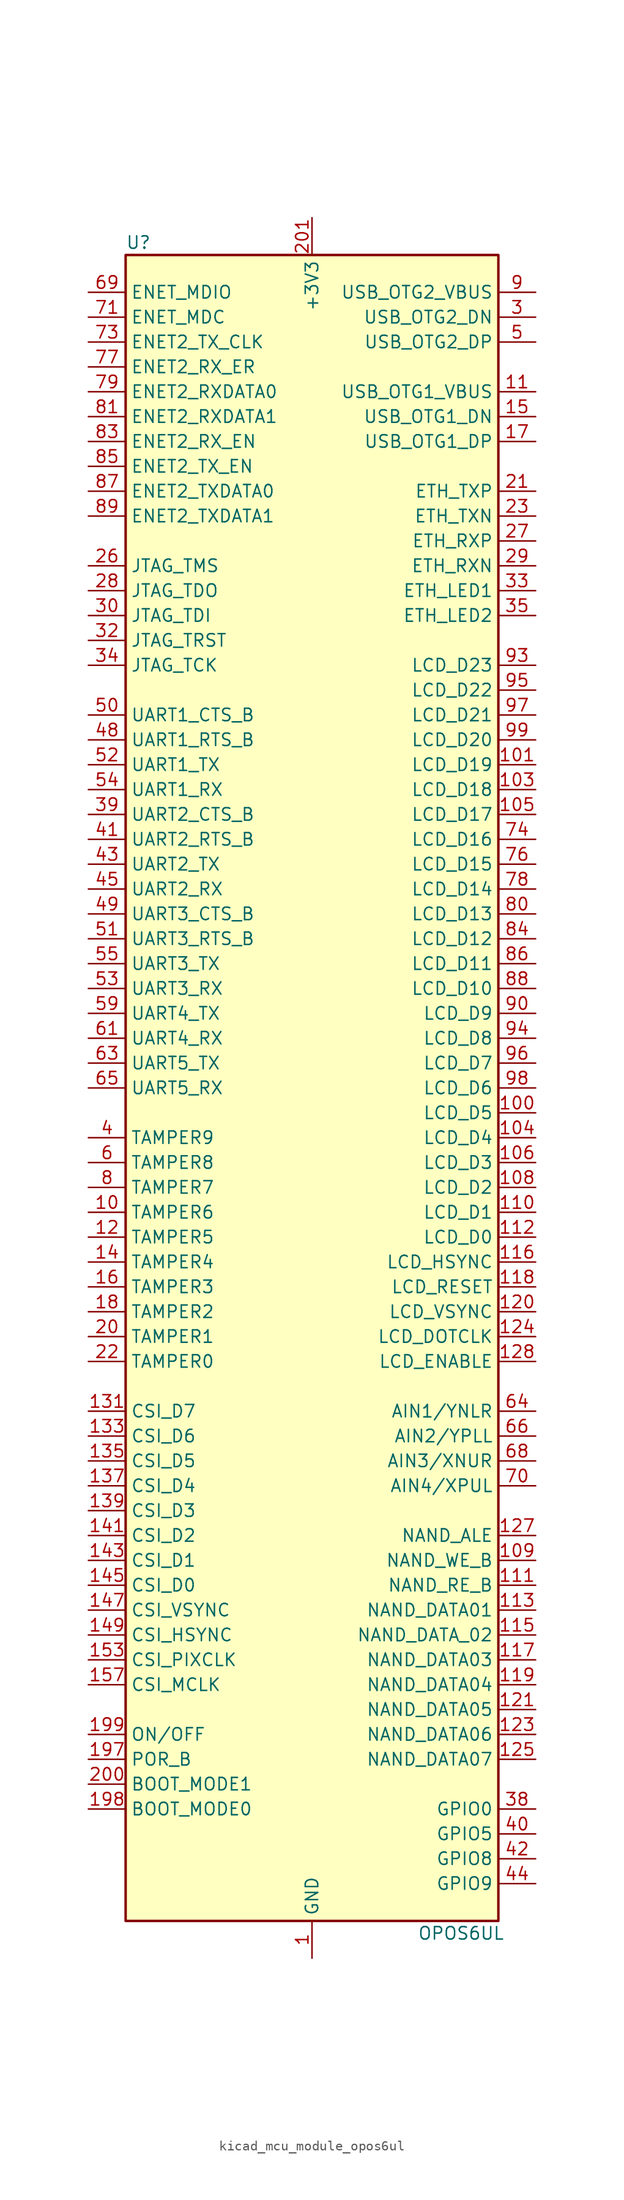
<source format=kicad_sym>
(kicad_symbol_lib
  (version 20220914)
  (generator kicad_symbol_editor)
  (symbol "kicad_mcu_module_opos6ul"
    (property "Reference" "U"
      (at -19.05 86.36 0)
      (effects (font (size 1.27 1.27)) (justify left)))
    (property "Value" "OPOS6UL"
      (at 15.24 -86.36 0)
      (effects (font (size 1.27 1.27))))
    (symbol "kicad_mcu_module_opos6ul_1_1"
      (rectangle (start -19.05 85.09) (end 19.05 -85.09) (stroke (width 0.254) (type default)) (fill (type background)))
      (pin power_in line (at 0 -88.9 90) (length 3.81) (name "GND" (effects (font (size 1.27 1.27)))) (number "1" (effects (font (size 1.27 1.27)))))
      (pin bidirectional line (at -22.86 -12.7 0) (length 3.81) (name "TAMPER6" (effects (font (size 1.27 1.27)))) (number "10" (effects (font (size 1.27 1.27)))))
      (pin bidirectional line (at 22.86 -2.54 180) (length 3.81) (name "LCD_D5" (effects (font (size 1.27 1.27)))) (number "100" (effects (font (size 1.27 1.27)))))
      (pin bidirectional line (at 22.86 33.02 180) (length 3.81) (name "LCD_D19" (effects (font (size 1.27 1.27)))) (number "101" (effects (font (size 1.27 1.27)))))
      (pin passive line (at 0 -88.9 90) (length 3.81) hide (name "GND" (effects (font (size 1.27 1.27)))) (number "102" (effects (font (size 1.27 1.27)))))
      (pin bidirectional line (at 22.86 30.48 180) (length 3.81) (name "LCD_D18" (effects (font (size 1.27 1.27)))) (number "103" (effects (font (size 1.27 1.27)))))
      (pin bidirectional line (at 22.86 -5.08 180) (length 3.81) (name "LCD_D4" (effects (font (size 1.27 1.27)))) (number "104" (effects (font (size 1.27 1.27)))))
      (pin bidirectional line (at 22.86 27.94 180) (length 3.81) (name "LCD_D17" (effects (font (size 1.27 1.27)))) (number "105" (effects (font (size 1.27 1.27)))))
      (pin bidirectional line (at 22.86 -7.62 180) (length 3.81) (name "LCD_D3" (effects (font (size 1.27 1.27)))) (number "106" (effects (font (size 1.27 1.27)))))
      (pin passive line (at 0 -88.9 90) (length 3.81) hide (name "GND" (effects (font (size 1.27 1.27)))) (number "107" (effects (font (size 1.27 1.27)))))
      (pin bidirectional line (at 22.86 -10.16 180) (length 3.81) (name "LCD_D2" (effects (font (size 1.27 1.27)))) (number "108" (effects (font (size 1.27 1.27)))))
      (pin bidirectional line (at 22.86 -48.26 180) (length 3.81) (name "NAND_WE_B" (effects (font (size 1.27 1.27)))) (number "109" (effects (font (size 1.27 1.27)))))
      (pin power_in line (at 22.86 71.12 180) (length 3.81) (name "USB_OTG1_VBUS" (effects (font (size 1.27 1.27)))) (number "11" (effects (font (size 1.27 1.27)))))
      (pin bidirectional line (at 22.86 -12.7 180) (length 3.81) (name "LCD_D1" (effects (font (size 1.27 1.27)))) (number "110" (effects (font (size 1.27 1.27)))))
      (pin bidirectional line (at 22.86 -50.8 180) (length 3.81) (name "NAND_RE_B" (effects (font (size 1.27 1.27)))) (number "111" (effects (font (size 1.27 1.27)))))
      (pin bidirectional line (at 22.86 -15.24 180) (length 3.81) (name "LCD_D0" (effects (font (size 1.27 1.27)))) (number "112" (effects (font (size 1.27 1.27)))))
      (pin bidirectional line (at 22.86 -53.34 180) (length 3.81) (name "NAND_DATA01" (effects (font (size 1.27 1.27)))) (number "113" (effects (font (size 1.27 1.27)))))
      (pin passive line (at 0 -88.9 90) (length 3.81) hide (name "GND" (effects (font (size 1.27 1.27)))) (number "114" (effects (font (size 1.27 1.27)))))
      (pin bidirectional line (at 22.86 -55.88 180) (length 3.81) (name "NAND_DATA_02" (effects (font (size 1.27 1.27)))) (number "115" (effects (font (size 1.27 1.27)))))
      (pin bidirectional line (at 22.86 -17.78 180) (length 3.81) (name "LCD_HSYNC" (effects (font (size 1.27 1.27)))) (number "116" (effects (font (size 1.27 1.27)))))
      (pin bidirectional line (at 22.86 -58.42 180) (length 3.81) (name "NAND_DATA03" (effects (font (size 1.27 1.27)))) (number "117" (effects (font (size 1.27 1.27)))))
      (pin bidirectional line (at 22.86 -20.32 180) (length 3.81) (name "LCD_RESET" (effects (font (size 1.27 1.27)))) (number "118" (effects (font (size 1.27 1.27)))))
      (pin bidirectional line (at 22.86 -60.96 180) (length 3.81) (name "NAND_DATA04" (effects (font (size 1.27 1.27)))) (number "119" (effects (font (size 1.27 1.27)))))
      (pin bidirectional line (at -22.86 -15.24 0) (length 3.81) (name "TAMPER5" (effects (font (size 1.27 1.27)))) (number "12" (effects (font (size 1.27 1.27)))))
      (pin bidirectional line (at 22.86 -22.86 180) (length 3.81) (name "LCD_VSYNC" (effects (font (size 1.27 1.27)))) (number "120" (effects (font (size 1.27 1.27)))))
      (pin bidirectional line (at 22.86 -63.5 180) (length 3.81) (name "NAND_DATA05" (effects (font (size 1.27 1.27)))) (number "121" (effects (font (size 1.27 1.27)))))
      (pin passive line (at 0 -88.9 90) (length 3.81) hide (name "GND" (effects (font (size 1.27 1.27)))) (number "122" (effects (font (size 1.27 1.27)))))
      (pin bidirectional line (at 22.86 -66.04 180) (length 3.81) (name "NAND_DATA06" (effects (font (size 1.27 1.27)))) (number "123" (effects (font (size 1.27 1.27)))))
      (pin bidirectional line (at 22.86 -25.4 180) (length 3.81) (name "LCD_DOTCLK" (effects (font (size 1.27 1.27)))) (number "124" (effects (font (size 1.27 1.27)))))
      (pin bidirectional line (at 22.86 -68.58 180) (length 3.81) (name "NAND_DATA07" (effects (font (size 1.27 1.27)))) (number "125" (effects (font (size 1.27 1.27)))))
      (pin passive line (at 0 -88.9 90) (length 3.81) hide (name "GND" (effects (font (size 1.27 1.27)))) (number "126" (effects (font (size 1.27 1.27)))))
      (pin bidirectional line (at 22.86 -45.72 180) (length 3.81) (name "NAND_ALE" (effects (font (size 1.27 1.27)))) (number "127" (effects (font (size 1.27 1.27)))))
      (pin bidirectional line (at 22.86 -27.94 180) (length 3.81) (name "LCD_ENABLE" (effects (font (size 1.27 1.27)))) (number "128" (effects (font (size 1.27 1.27)))))
      (pin passive line (at 0 -88.9 90) (length 3.81) hide (name "GND" (effects (font (size 1.27 1.27)))) (number "129" (effects (font (size 1.27 1.27)))))
      (pin passive line (at 0 -88.9 90) (length 3.81) hide (name "GND" (effects (font (size 1.27 1.27)))) (number "13" (effects (font (size 1.27 1.27)))))
      (pin no_connect line (at 0 17.78 0) (length 3.81) hide (name "NC" (effects (font (size 1.27 1.27)))) (number "130" (effects (font (size 1.27 1.27)))))
      (pin bidirectional line (at -22.86 -33.02 0) (length 3.81) (name "CSI_D7" (effects (font (size 1.27 1.27)))) (number "131" (effects (font (size 1.27 1.27)))))
      (pin no_connect line (at 0 15.24 0) (length 3.81) hide (name "NC" (effects (font (size 1.27 1.27)))) (number "132" (effects (font (size 1.27 1.27)))))
      (pin bidirectional line (at -22.86 -35.56 0) (length 3.81) (name "CSI_D6" (effects (font (size 1.27 1.27)))) (number "133" (effects (font (size 1.27 1.27)))))
      (pin no_connect line (at 0 12.7 0) (length 3.81) hide (name "NC" (effects (font (size 1.27 1.27)))) (number "134" (effects (font (size 1.27 1.27)))))
      (pin bidirectional line (at -22.86 -38.1 0) (length 3.81) (name "CSI_D5" (effects (font (size 1.27 1.27)))) (number "135" (effects (font (size 1.27 1.27)))))
      (pin no_connect line (at 0 10.16 0) (length 3.81) hide (name "NC" (effects (font (size 1.27 1.27)))) (number "136" (effects (font (size 1.27 1.27)))))
      (pin bidirectional line (at -22.86 -40.64 0) (length 3.81) (name "CSI_D4" (effects (font (size 1.27 1.27)))) (number "137" (effects (font (size 1.27 1.27)))))
      (pin no_connect line (at 0 7.62 0) (length 3.81) hide (name "NC" (effects (font (size 1.27 1.27)))) (number "138" (effects (font (size 1.27 1.27)))))
      (pin bidirectional line (at -22.86 -43.18 0) (length 3.81) (name "CSI_D3" (effects (font (size 1.27 1.27)))) (number "139" (effects (font (size 1.27 1.27)))))
      (pin bidirectional line (at -22.86 -17.78 0) (length 3.81) (name "TAMPER4" (effects (font (size 1.27 1.27)))) (number "14" (effects (font (size 1.27 1.27)))))
      (pin no_connect line (at 0 5.08 0) (length 3.81) hide (name "NC" (effects (font (size 1.27 1.27)))) (number "140" (effects (font (size 1.27 1.27)))))
      (pin bidirectional line (at -22.86 -45.72 0) (length 3.81) (name "CSI_D2" (effects (font (size 1.27 1.27)))) (number "141" (effects (font (size 1.27 1.27)))))
      (pin no_connect line (at 0 2.54 0) (length 3.81) hide (name "NC" (effects (font (size 1.27 1.27)))) (number "142" (effects (font (size 1.27 1.27)))))
      (pin bidirectional line (at -22.86 -48.26 0) (length 3.81) (name "CSI_D1" (effects (font (size 1.27 1.27)))) (number "143" (effects (font (size 1.27 1.27)))))
      (pin no_connect line (at 0 0 0) (length 3.81) hide (name "NC" (effects (font (size 1.27 1.27)))) (number "144" (effects (font (size 1.27 1.27)))))
      (pin bidirectional line (at -22.86 -50.8 0) (length 3.81) (name "CSI_D0" (effects (font (size 1.27 1.27)))) (number "145" (effects (font (size 1.27 1.27)))))
      (pin no_connect line (at 0 -2.54 0) (length 3.81) hide (name "NC" (effects (font (size 1.27 1.27)))) (number "146" (effects (font (size 1.27 1.27)))))
      (pin bidirectional line (at -22.86 -53.34 0) (length 3.81) (name "CSI_VSYNC" (effects (font (size 1.27 1.27)))) (number "147" (effects (font (size 1.27 1.27)))))
      (pin no_connect line (at 0 -5.08 0) (length 3.81) hide (name "NC" (effects (font (size 1.27 1.27)))) (number "148" (effects (font (size 1.27 1.27)))))
      (pin bidirectional line (at -22.86 -55.88 0) (length 3.81) (name "CSI_HSYNC" (effects (font (size 1.27 1.27)))) (number "149" (effects (font (size 1.27 1.27)))))
      (pin bidirectional line (at 22.86 68.58 180) (length 3.81) (name "USB_OTG1_DN" (effects (font (size 1.27 1.27)))) (number "15" (effects (font (size 1.27 1.27)))))
      (pin no_connect line (at 0 -7.62 0) (length 3.81) hide (name "NC" (effects (font (size 1.27 1.27)))) (number "150" (effects (font (size 1.27 1.27)))))
      (pin passive line (at 0 -88.9 90) (length 3.81) hide (name "GND" (effects (font (size 1.27 1.27)))) (number "151" (effects (font (size 1.27 1.27)))))
      (pin no_connect line (at 0 -10.16 0) (length 3.81) hide (name "NC" (effects (font (size 1.27 1.27)))) (number "152" (effects (font (size 1.27 1.27)))))
      (pin bidirectional line (at -22.86 -58.42 0) (length 3.81) (name "CSI_PIXCLK" (effects (font (size 1.27 1.27)))) (number "153" (effects (font (size 1.27 1.27)))))
      (pin no_connect line (at 0 -12.7 0) (length 3.81) hide (name "NC" (effects (font (size 1.27 1.27)))) (number "154" (effects (font (size 1.27 1.27)))))
      (pin passive line (at 0 -88.9 90) (length 3.81) hide (name "GND" (effects (font (size 1.27 1.27)))) (number "155" (effects (font (size 1.27 1.27)))))
      (pin no_connect line (at 0 -15.24 0) (length 3.81) hide (name "NC" (effects (font (size 1.27 1.27)))) (number "156" (effects (font (size 1.27 1.27)))))
      (pin bidirectional line (at -22.86 -60.96 0) (length 3.81) (name "CSI_MCLK" (effects (font (size 1.27 1.27)))) (number "157" (effects (font (size 1.27 1.27)))))
      (pin no_connect line (at 0 -17.78 0) (length 3.81) hide (name "NC" (effects (font (size 1.27 1.27)))) (number "158" (effects (font (size 1.27 1.27)))))
      (pin passive line (at 0 -88.9 90) (length 3.81) hide (name "GND" (effects (font (size 1.27 1.27)))) (number "159" (effects (font (size 1.27 1.27)))))
      (pin bidirectional line (at -22.86 -20.32 0) (length 3.81) (name "TAMPER3" (effects (font (size 1.27 1.27)))) (number "16" (effects (font (size 1.27 1.27)))))
      (pin no_connect line (at 0 -20.32 0) (length 3.81) hide (name "NC" (effects (font (size 1.27 1.27)))) (number "160" (effects (font (size 1.27 1.27)))))
      (pin no_connect line (at 0 68.58 0) (length 3.81) hide (name "NC" (effects (font (size 1.27 1.27)))) (number "161" (effects (font (size 1.27 1.27)))))
      (pin no_connect line (at 0 -22.86 0) (length 3.81) hide (name "NC" (effects (font (size 1.27 1.27)))) (number "162" (effects (font (size 1.27 1.27)))))
      (pin no_connect line (at 0 66.04 0) (length 3.81) hide (name "NC" (effects (font (size 1.27 1.27)))) (number "163" (effects (font (size 1.27 1.27)))))
      (pin no_connect line (at 0 -25.4 0) (length 3.81) hide (name "NC" (effects (font (size 1.27 1.27)))) (number "164" (effects (font (size 1.27 1.27)))))
      (pin no_connect line (at 0 63.5 0) (length 3.81) hide (name "NC" (effects (font (size 1.27 1.27)))) (number "165" (effects (font (size 1.27 1.27)))))
      (pin no_connect line (at 0 -27.94 0) (length 3.81) hide (name "NC" (effects (font (size 1.27 1.27)))) (number "166" (effects (font (size 1.27 1.27)))))
      (pin no_connect line (at 0 60.96 0) (length 3.81) hide (name "NC" (effects (font (size 1.27 1.27)))) (number "167" (effects (font (size 1.27 1.27)))))
      (pin no_connect line (at 0 -30.48 0) (length 3.81) hide (name "NC" (effects (font (size 1.27 1.27)))) (number "168" (effects (font (size 1.27 1.27)))))
      (pin no_connect line (at 0 58.42 0) (length 3.81) hide (name "NC" (effects (font (size 1.27 1.27)))) (number "169" (effects (font (size 1.27 1.27)))))
      (pin bidirectional line (at 22.86 66.04 180) (length 3.81) (name "USB_OTG1_DP" (effects (font (size 1.27 1.27)))) (number "17" (effects (font (size 1.27 1.27)))))
      (pin no_connect line (at 0 -33.02 0) (length 3.81) hide (name "NC" (effects (font (size 1.27 1.27)))) (number "170" (effects (font (size 1.27 1.27)))))
      (pin no_connect line (at 0 55.88 0) (length 3.81) hide (name "NC" (effects (font (size 1.27 1.27)))) (number "171" (effects (font (size 1.27 1.27)))))
      (pin no_connect line (at 0 -35.56 0) (length 3.81) hide (name "NC" (effects (font (size 1.27 1.27)))) (number "172" (effects (font (size 1.27 1.27)))))
      (pin no_connect line (at 0 53.34 0) (length 3.81) hide (name "NC" (effects (font (size 1.27 1.27)))) (number "173" (effects (font (size 1.27 1.27)))))
      (pin no_connect line (at 0 -38.1 0) (length 3.81) hide (name "NC" (effects (font (size 1.27 1.27)))) (number "174" (effects (font (size 1.27 1.27)))))
      (pin no_connect line (at 0 50.8 0) (length 3.81) hide (name "NC" (effects (font (size 1.27 1.27)))) (number "175" (effects (font (size 1.27 1.27)))))
      (pin no_connect line (at 0 -40.64 0) (length 3.81) hide (name "NC" (effects (font (size 1.27 1.27)))) (number "176" (effects (font (size 1.27 1.27)))))
      (pin no_connect line (at 0 48.26 0) (length 3.81) hide (name "NC" (effects (font (size 1.27 1.27)))) (number "177" (effects (font (size 1.27 1.27)))))
      (pin no_connect line (at 0 -43.18 0) (length 3.81) hide (name "NC" (effects (font (size 1.27 1.27)))) (number "178" (effects (font (size 1.27 1.27)))))
      (pin no_connect line (at 0 45.72 0) (length 3.81) hide (name "NC" (effects (font (size 1.27 1.27)))) (number "179" (effects (font (size 1.27 1.27)))))
      (pin bidirectional line (at -22.86 -22.86 0) (length 3.81) (name "TAMPER2" (effects (font (size 1.27 1.27)))) (number "18" (effects (font (size 1.27 1.27)))))
      (pin no_connect line (at 0 -45.72 0) (length 3.81) hide (name "NC" (effects (font (size 1.27 1.27)))) (number "180" (effects (font (size 1.27 1.27)))))
      (pin no_connect line (at 0 43.18 0) (length 3.81) hide (name "NC" (effects (font (size 1.27 1.27)))) (number "181" (effects (font (size 1.27 1.27)))))
      (pin no_connect line (at 0 -48.26 0) (length 3.81) hide (name "NC" (effects (font (size 1.27 1.27)))) (number "182" (effects (font (size 1.27 1.27)))))
      (pin no_connect line (at 0 40.64 0) (length 3.81) hide (name "NC" (effects (font (size 1.27 1.27)))) (number "183" (effects (font (size 1.27 1.27)))))
      (pin no_connect line (at 0 -50.8 0) (length 3.81) hide (name "NC" (effects (font (size 1.27 1.27)))) (number "184" (effects (font (size 1.27 1.27)))))
      (pin no_connect line (at 0 38.1 0) (length 3.81) hide (name "NC" (effects (font (size 1.27 1.27)))) (number "185" (effects (font (size 1.27 1.27)))))
      (pin no_connect line (at 0 -53.34 0) (length 3.81) hide (name "NC" (effects (font (size 1.27 1.27)))) (number "186" (effects (font (size 1.27 1.27)))))
      (pin no_connect line (at 0 35.56 0) (length 3.81) hide (name "NC" (effects (font (size 1.27 1.27)))) (number "187" (effects (font (size 1.27 1.27)))))
      (pin no_connect line (at 0 -55.88 0) (length 3.81) hide (name "NC" (effects (font (size 1.27 1.27)))) (number "188" (effects (font (size 1.27 1.27)))))
      (pin no_connect line (at 0 33.02 0) (length 3.81) hide (name "NC" (effects (font (size 1.27 1.27)))) (number "189" (effects (font (size 1.27 1.27)))))
      (pin passive line (at 0 -88.9 90) (length 3.81) hide (name "GND" (effects (font (size 1.27 1.27)))) (number "19" (effects (font (size 1.27 1.27)))))
      (pin no_connect line (at 0 -58.42 0) (length 3.81) hide (name "NC" (effects (font (size 1.27 1.27)))) (number "190" (effects (font (size 1.27 1.27)))))
      (pin no_connect line (at 0 30.48 0) (length 3.81) hide (name "NC" (effects (font (size 1.27 1.27)))) (number "191" (effects (font (size 1.27 1.27)))))
      (pin no_connect line (at 0 -60.96 0) (length 3.81) hide (name "NC" (effects (font (size 1.27 1.27)))) (number "192" (effects (font (size 1.27 1.27)))))
      (pin no_connect line (at 0 27.94 0) (length 3.81) hide (name "NC" (effects (font (size 1.27 1.27)))) (number "193" (effects (font (size 1.27 1.27)))))
      (pin no_connect line (at 0 -63.5 0) (length 3.81) hide (name "NC" (effects (font (size 1.27 1.27)))) (number "194" (effects (font (size 1.27 1.27)))))
      (pin no_connect line (at 0 25.4 0) (length 3.81) hide (name "NC" (effects (font (size 1.27 1.27)))) (number "195" (effects (font (size 1.27 1.27)))))
      (pin no_connect line (at 0 -66.04 0) (length 3.81) hide (name "NC" (effects (font (size 1.27 1.27)))) (number "196" (effects (font (size 1.27 1.27)))))
      (pin input line (at -22.86 -68.58 0) (length 3.81) (name "POR_B" (effects (font (size 1.27 1.27)))) (number "197" (effects (font (size 1.27 1.27)))))
      (pin input line (at -22.86 -73.66 0) (length 3.81) (name "BOOT_MODE0" (effects (font (size 1.27 1.27)))) (number "198" (effects (font (size 1.27 1.27)))))
      (pin input line (at -22.86 -66.04 0) (length 3.81) (name "ON/OFF" (effects (font (size 1.27 1.27)))) (number "199" (effects (font (size 1.27 1.27)))))
      (pin passive line (at 0 -88.9 90) (length 3.81) hide (name "GND" (effects (font (size 1.27 1.27)))) (number "2" (effects (font (size 1.27 1.27)))))
      (pin bidirectional line (at -22.86 -25.4 0) (length 3.81) (name "TAMPER1" (effects (font (size 1.27 1.27)))) (number "20" (effects (font (size 1.27 1.27)))))
      (pin input line (at -22.86 -71.12 0) (length 3.81) (name "BOOT_MODE1" (effects (font (size 1.27 1.27)))) (number "200" (effects (font (size 1.27 1.27)))))
      (pin power_in line (at 0 88.9 270) (length 3.81) (name "+3V3" (effects (font (size 1.27 1.27)))) (number "201" (effects (font (size 1.27 1.27)))))
      (pin passive line (at 0 88.9 270) (length 3.81) hide (name "+3V3" (effects (font (size 1.27 1.27)))) (number "202" (effects (font (size 1.27 1.27)))))
      (pin passive line (at 0 88.9 270) (length 3.81) hide (name "+3V3" (effects (font (size 1.27 1.27)))) (number "203" (effects (font (size 1.27 1.27)))))
      (pin passive line (at 0 88.9 270) (length 3.81) hide (name "+3V3" (effects (font (size 1.27 1.27)))) (number "204" (effects (font (size 1.27 1.27)))))
      (pin bidirectional line (at 22.86 60.96 180) (length 3.81) (name "ETH_TXP" (effects (font (size 1.27 1.27)))) (number "21" (effects (font (size 1.27 1.27)))))
      (pin bidirectional line (at -22.86 -27.94 0) (length 3.81) (name "TAMPER0" (effects (font (size 1.27 1.27)))) (number "22" (effects (font (size 1.27 1.27)))))
      (pin bidirectional line (at 22.86 58.42 180) (length 3.81) (name "ETH_TXN" (effects (font (size 1.27 1.27)))) (number "23" (effects (font (size 1.27 1.27)))))
      (pin passive line (at 0 -88.9 90) (length 3.81) hide (name "GND" (effects (font (size 1.27 1.27)))) (number "24" (effects (font (size 1.27 1.27)))))
      (pin passive line (at 0 -88.9 90) (length 3.81) hide (name "GND" (effects (font (size 1.27 1.27)))) (number "25" (effects (font (size 1.27 1.27)))))
      (pin bidirectional line (at -22.86 53.34 0) (length 3.81) (name "JTAG_TMS" (effects (font (size 1.27 1.27)))) (number "26" (effects (font (size 1.27 1.27)))))
      (pin bidirectional line (at 22.86 55.88 180) (length 3.81) (name "ETH_RXP" (effects (font (size 1.27 1.27)))) (number "27" (effects (font (size 1.27 1.27)))))
      (pin bidirectional line (at -22.86 50.8 0) (length 3.81) (name "JTAG_TDO" (effects (font (size 1.27 1.27)))) (number "28" (effects (font (size 1.27 1.27)))))
      (pin bidirectional line (at 22.86 53.34 180) (length 3.81) (name "ETH_RXN" (effects (font (size 1.27 1.27)))) (number "29" (effects (font (size 1.27 1.27)))))
      (pin bidirectional line (at 22.86 78.74 180) (length 3.81) (name "USB_OTG2_DN" (effects (font (size 1.27 1.27)))) (number "3" (effects (font (size 1.27 1.27)))))
      (pin bidirectional line (at -22.86 48.26 0) (length 3.81) (name "JTAG_TDI" (effects (font (size 1.27 1.27)))) (number "30" (effects (font (size 1.27 1.27)))))
      (pin passive line (at 0 -88.9 90) (length 3.81) hide (name "GND" (effects (font (size 1.27 1.27)))) (number "31" (effects (font (size 1.27 1.27)))))
      (pin bidirectional line (at -22.86 45.72 0) (length 3.81) (name "JTAG_TRST" (effects (font (size 1.27 1.27)))) (number "32" (effects (font (size 1.27 1.27)))))
      (pin output line (at 22.86 50.8 180) (length 3.81) (name "ETH_LED1" (effects (font (size 1.27 1.27)))) (number "33" (effects (font (size 1.27 1.27)))))
      (pin bidirectional line (at -22.86 43.18 0) (length 3.81) (name "JTAG_TCK" (effects (font (size 1.27 1.27)))) (number "34" (effects (font (size 1.27 1.27)))))
      (pin output line (at 22.86 48.26 180) (length 3.81) (name "ETH_LED2" (effects (font (size 1.27 1.27)))) (number "35" (effects (font (size 1.27 1.27)))))
      (pin passive line (at 0 -88.9 90) (length 3.81) hide (name "GND" (effects (font (size 1.27 1.27)))) (number "36" (effects (font (size 1.27 1.27)))))
      (pin passive line (at 0 -88.9 90) (length 3.81) hide (name "GND" (effects (font (size 1.27 1.27)))) (number "37" (effects (font (size 1.27 1.27)))))
      (pin bidirectional line (at 22.86 -73.66 180) (length 3.81) (name "GPIO0" (effects (font (size 1.27 1.27)))) (number "38" (effects (font (size 1.27 1.27)))))
      (pin bidirectional line (at -22.86 27.94 0) (length 3.81) (name "UART2_CTS_B" (effects (font (size 1.27 1.27)))) (number "39" (effects (font (size 1.27 1.27)))))
      (pin bidirectional line (at -22.86 -5.08 0) (length 3.81) (name "TAMPER9" (effects (font (size 1.27 1.27)))) (number "4" (effects (font (size 1.27 1.27)))))
      (pin bidirectional line (at 22.86 -76.2 180) (length 3.81) (name "GPIO5" (effects (font (size 1.27 1.27)))) (number "40" (effects (font (size 1.27 1.27)))))
      (pin bidirectional line (at -22.86 25.4 0) (length 3.81) (name "UART2_RTS_B" (effects (font (size 1.27 1.27)))) (number "41" (effects (font (size 1.27 1.27)))))
      (pin bidirectional line (at 22.86 -78.74 180) (length 3.81) (name "GPIO8" (effects (font (size 1.27 1.27)))) (number "42" (effects (font (size 1.27 1.27)))))
      (pin bidirectional line (at -22.86 22.86 0) (length 3.81) (name "UART2_TX" (effects (font (size 1.27 1.27)))) (number "43" (effects (font (size 1.27 1.27)))))
      (pin bidirectional line (at 22.86 -81.28 180) (length 3.81) (name "GPIO9" (effects (font (size 1.27 1.27)))) (number "44" (effects (font (size 1.27 1.27)))))
      (pin bidirectional line (at -22.86 20.32 0) (length 3.81) (name "UART2_RX" (effects (font (size 1.27 1.27)))) (number "45" (effects (font (size 1.27 1.27)))))
      (pin passive line (at 0 -88.9 90) (length 3.81) hide (name "GND" (effects (font (size 1.27 1.27)))) (number "46" (effects (font (size 1.27 1.27)))))
      (pin passive line (at 0 -88.9 90) (length 3.81) hide (name "GND" (effects (font (size 1.27 1.27)))) (number "47" (effects (font (size 1.27 1.27)))))
      (pin bidirectional line (at -22.86 35.56 0) (length 3.81) (name "UART1_RTS_B" (effects (font (size 1.27 1.27)))) (number "48" (effects (font (size 1.27 1.27)))))
      (pin bidirectional line (at -22.86 17.78 0) (length 3.81) (name "UART3_CTS_B" (effects (font (size 1.27 1.27)))) (number "49" (effects (font (size 1.27 1.27)))))
      (pin bidirectional line (at 22.86 76.2 180) (length 3.81) (name "USB_OTG2_DP" (effects (font (size 1.27 1.27)))) (number "5" (effects (font (size 1.27 1.27)))))
      (pin bidirectional line (at -22.86 38.1 0) (length 3.81) (name "UART1_CTS_B" (effects (font (size 1.27 1.27)))) (number "50" (effects (font (size 1.27 1.27)))))
      (pin bidirectional line (at -22.86 15.24 0) (length 3.81) (name "UART3_RTS_B" (effects (font (size 1.27 1.27)))) (number "51" (effects (font (size 1.27 1.27)))))
      (pin bidirectional line (at -22.86 33.02 0) (length 3.81) (name "UART1_TX" (effects (font (size 1.27 1.27)))) (number "52" (effects (font (size 1.27 1.27)))))
      (pin bidirectional line (at -22.86 10.16 0) (length 3.81) (name "UART3_RX" (effects (font (size 1.27 1.27)))) (number "53" (effects (font (size 1.27 1.27)))))
      (pin bidirectional line (at -22.86 30.48 0) (length 3.81) (name "UART1_RX" (effects (font (size 1.27 1.27)))) (number "54" (effects (font (size 1.27 1.27)))))
      (pin bidirectional line (at -22.86 12.7 0) (length 3.81) (name "UART3_TX" (effects (font (size 1.27 1.27)))) (number "55" (effects (font (size 1.27 1.27)))))
      (pin passive line (at 0 -88.9 90) (length 3.81) hide (name "GND" (effects (font (size 1.27 1.27)))) (number "56" (effects (font (size 1.27 1.27)))))
      (pin passive line (at 0 -88.9 90) (length 3.81) hide (name "GND" (effects (font (size 1.27 1.27)))) (number "57" (effects (font (size 1.27 1.27)))))
      (pin no_connect line (at 0 22.86 0) (length 3.81) hide (name "NC" (effects (font (size 1.27 1.27)))) (number "58" (effects (font (size 1.27 1.27)))))
      (pin bidirectional line (at -22.86 7.62 0) (length 3.81) (name "UART4_TX" (effects (font (size 1.27 1.27)))) (number "59" (effects (font (size 1.27 1.27)))))
      (pin bidirectional line (at -22.86 -7.62 0) (length 3.81) (name "TAMPER8" (effects (font (size 1.27 1.27)))) (number "6" (effects (font (size 1.27 1.27)))))
      (pin no_connect line (at 0 20.32 0) (length 3.81) hide (name "NC" (effects (font (size 1.27 1.27)))) (number "60" (effects (font (size 1.27 1.27)))))
      (pin bidirectional line (at -22.86 5.08 0) (length 3.81) (name "UART4_RX" (effects (font (size 1.27 1.27)))) (number "61" (effects (font (size 1.27 1.27)))))
      (pin passive line (at 0 -88.9 90) (length 3.81) hide (name "GND" (effects (font (size 1.27 1.27)))) (number "62" (effects (font (size 1.27 1.27)))))
      (pin bidirectional line (at -22.86 2.54 0) (length 3.81) (name "UART5_TX" (effects (font (size 1.27 1.27)))) (number "63" (effects (font (size 1.27 1.27)))))
      (pin bidirectional line (at 22.86 -33.02 180) (length 3.81) (name "AIN1/YNLR" (effects (font (size 1.27 1.27)))) (number "64" (effects (font (size 1.27 1.27)))))
      (pin bidirectional line (at -22.86 0 0) (length 3.81) (name "UART5_RX" (effects (font (size 1.27 1.27)))) (number "65" (effects (font (size 1.27 1.27)))))
      (pin bidirectional line (at 22.86 -35.56 180) (length 3.81) (name "AIN2/YPLL" (effects (font (size 1.27 1.27)))) (number "66" (effects (font (size 1.27 1.27)))))
      (pin passive line (at 0 -88.9 90) (length 3.81) hide (name "GND" (effects (font (size 1.27 1.27)))) (number "67" (effects (font (size 1.27 1.27)))))
      (pin bidirectional line (at 22.86 -38.1 180) (length 3.81) (name "AIN3/XNUR" (effects (font (size 1.27 1.27)))) (number "68" (effects (font (size 1.27 1.27)))))
      (pin bidirectional line (at -22.86 81.28 0) (length 3.81) (name "ENET_MDIO" (effects (font (size 1.27 1.27)))) (number "69" (effects (font (size 1.27 1.27)))))
      (pin passive line (at 0 -88.9 90) (length 3.81) hide (name "GND" (effects (font (size 1.27 1.27)))) (number "7" (effects (font (size 1.27 1.27)))))
      (pin bidirectional line (at 22.86 -40.64 180) (length 3.81) (name "AIN4/XPUL" (effects (font (size 1.27 1.27)))) (number "70" (effects (font (size 1.27 1.27)))))
      (pin bidirectional line (at -22.86 78.74 0) (length 3.81) (name "ENET_MDC" (effects (font (size 1.27 1.27)))) (number "71" (effects (font (size 1.27 1.27)))))
      (pin passive line (at 0 -88.9 90) (length 3.81) hide (name "GND" (effects (font (size 1.27 1.27)))) (number "72" (effects (font (size 1.27 1.27)))))
      (pin bidirectional line (at -22.86 76.2 0) (length 3.81) (name "ENET2_TX_CLK" (effects (font (size 1.27 1.27)))) (number "73" (effects (font (size 1.27 1.27)))))
      (pin bidirectional line (at 22.86 25.4 180) (length 3.81) (name "LCD_D16" (effects (font (size 1.27 1.27)))) (number "74" (effects (font (size 1.27 1.27)))))
      (pin passive line (at 0 -88.9 90) (length 3.81) hide (name "GND" (effects (font (size 1.27 1.27)))) (number "75" (effects (font (size 1.27 1.27)))))
      (pin bidirectional line (at 22.86 22.86 180) (length 3.81) (name "LCD_D15" (effects (font (size 1.27 1.27)))) (number "76" (effects (font (size 1.27 1.27)))))
      (pin bidirectional line (at -22.86 73.66 0) (length 3.81) (name "ENET2_RX_ER" (effects (font (size 1.27 1.27)))) (number "77" (effects (font (size 1.27 1.27)))))
      (pin bidirectional line (at 22.86 20.32 180) (length 3.81) (name "LCD_D14" (effects (font (size 1.27 1.27)))) (number "78" (effects (font (size 1.27 1.27)))))
      (pin bidirectional line (at -22.86 71.12 0) (length 3.81) (name "ENET2_RXDATA0" (effects (font (size 1.27 1.27)))) (number "79" (effects (font (size 1.27 1.27)))))
      (pin bidirectional line (at -22.86 -10.16 0) (length 3.81) (name "TAMPER7" (effects (font (size 1.27 1.27)))) (number "8" (effects (font (size 1.27 1.27)))))
      (pin bidirectional line (at 22.86 17.78 180) (length 3.81) (name "LCD_D13" (effects (font (size 1.27 1.27)))) (number "80" (effects (font (size 1.27 1.27)))))
      (pin bidirectional line (at -22.86 68.58 0) (length 3.81) (name "ENET2_RXDATA1" (effects (font (size 1.27 1.27)))) (number "81" (effects (font (size 1.27 1.27)))))
      (pin passive line (at 0 -88.9 90) (length 3.81) hide (name "GND" (effects (font (size 1.27 1.27)))) (number "82" (effects (font (size 1.27 1.27)))))
      (pin bidirectional line (at -22.86 66.04 0) (length 3.81) (name "ENET2_RX_EN" (effects (font (size 1.27 1.27)))) (number "83" (effects (font (size 1.27 1.27)))))
      (pin bidirectional line (at 22.86 15.24 180) (length 3.81) (name "LCD_D12" (effects (font (size 1.27 1.27)))) (number "84" (effects (font (size 1.27 1.27)))))
      (pin bidirectional line (at -22.86 63.5 0) (length 3.81) (name "ENET2_TX_EN" (effects (font (size 1.27 1.27)))) (number "85" (effects (font (size 1.27 1.27)))))
      (pin bidirectional line (at 22.86 12.7 180) (length 3.81) (name "LCD_D11" (effects (font (size 1.27 1.27)))) (number "86" (effects (font (size 1.27 1.27)))))
      (pin bidirectional line (at -22.86 60.96 0) (length 3.81) (name "ENET2_TXDATA0" (effects (font (size 1.27 1.27)))) (number "87" (effects (font (size 1.27 1.27)))))
      (pin bidirectional line (at 22.86 10.16 180) (length 3.81) (name "LCD_D10" (effects (font (size 1.27 1.27)))) (number "88" (effects (font (size 1.27 1.27)))))
      (pin bidirectional line (at -22.86 58.42 0) (length 3.81) (name "ENET2_TXDATA1" (effects (font (size 1.27 1.27)))) (number "89" (effects (font (size 1.27 1.27)))))
      (pin power_in line (at 22.86 81.28 180) (length 3.81) (name "USB_OTG2_VBUS" (effects (font (size 1.27 1.27)))) (number "9" (effects (font (size 1.27 1.27)))))
      (pin bidirectional line (at 22.86 7.62 180) (length 3.81) (name "LCD_D9" (effects (font (size 1.27 1.27)))) (number "90" (effects (font (size 1.27 1.27)))))
      (pin passive line (at 0 -88.9 90) (length 3.81) hide (name "GND" (effects (font (size 1.27 1.27)))) (number "91" (effects (font (size 1.27 1.27)))))
      (pin passive line (at 0 -88.9 90) (length 3.81) hide (name "GND" (effects (font (size 1.27 1.27)))) (number "92" (effects (font (size 1.27 1.27)))))
      (pin bidirectional line (at 22.86 43.18 180) (length 3.81) (name "LCD_D23" (effects (font (size 1.27 1.27)))) (number "93" (effects (font (size 1.27 1.27)))))
      (pin bidirectional line (at 22.86 5.08 180) (length 3.81) (name "LCD_D8" (effects (font (size 1.27 1.27)))) (number "94" (effects (font (size 1.27 1.27)))))
      (pin bidirectional line (at 22.86 40.64 180) (length 3.81) (name "LCD_D22" (effects (font (size 1.27 1.27)))) (number "95" (effects (font (size 1.27 1.27)))))
      (pin bidirectional line (at 22.86 2.54 180) (length 3.81) (name "LCD_D7" (effects (font (size 1.27 1.27)))) (number "96" (effects (font (size 1.27 1.27)))))
      (pin bidirectional line (at 22.86 38.1 180) (length 3.81) (name "LCD_D21" (effects (font (size 1.27 1.27)))) (number "97" (effects (font (size 1.27 1.27)))))
      (pin bidirectional line (at 22.86 0 180) (length 3.81) (name "LCD_D6" (effects (font (size 1.27 1.27)))) (number "98" (effects (font (size 1.27 1.27)))))
      (pin bidirectional line (at 22.86 35.56 180) (length 3.81) (name "LCD_D20" (effects (font (size 1.27 1.27)))) (number "99" (effects (font (size 1.27 1.27))))))))
</source>
